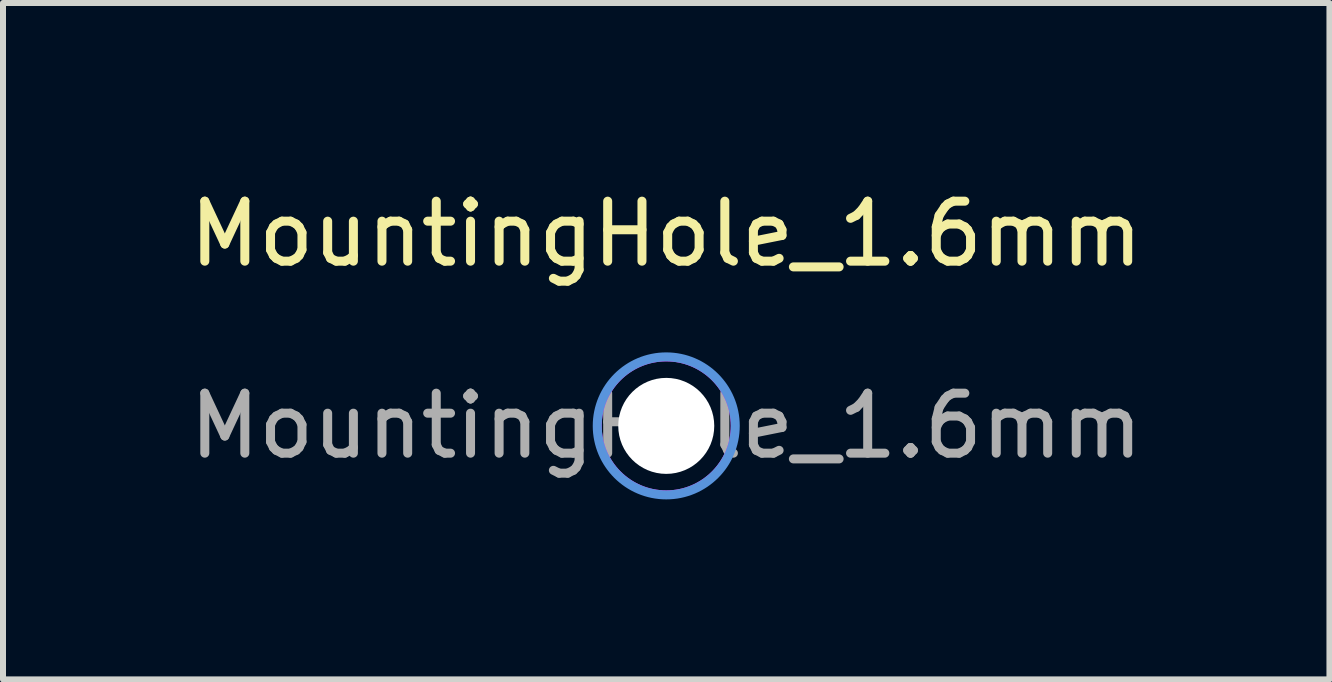
<source format=kicad_pcb>
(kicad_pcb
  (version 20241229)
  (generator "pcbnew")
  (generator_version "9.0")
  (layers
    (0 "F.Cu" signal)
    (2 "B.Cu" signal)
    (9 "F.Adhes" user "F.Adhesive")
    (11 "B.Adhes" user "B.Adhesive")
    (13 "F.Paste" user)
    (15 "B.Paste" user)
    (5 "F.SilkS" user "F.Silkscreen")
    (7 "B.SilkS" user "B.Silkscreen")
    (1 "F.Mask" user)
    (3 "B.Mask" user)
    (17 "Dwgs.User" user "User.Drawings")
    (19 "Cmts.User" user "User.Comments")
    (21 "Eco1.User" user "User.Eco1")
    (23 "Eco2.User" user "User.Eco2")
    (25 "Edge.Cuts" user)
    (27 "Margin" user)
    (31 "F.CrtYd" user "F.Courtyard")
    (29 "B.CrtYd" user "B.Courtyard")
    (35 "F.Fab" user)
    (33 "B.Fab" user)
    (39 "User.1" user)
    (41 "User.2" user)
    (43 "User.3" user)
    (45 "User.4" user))
  (footprint "MountingHole_1.6mm"
    (layer "F.Cu")
    (at 8.054 4.048)
    (property "Reference" "MountingHole_1.6mm" (at 0 -3.2 0) (layer "F.SilkS") (effects (font (size 1 1) (thickness 0.15))))
    (attr exclude_from_pos_files exclude_from_bom)
    (fp_circle (center 0 0) (end 1.15 0) (stroke (width 0.15) (type solid)) (fill no) (layer "Cmts.User"))
    (fp_circle (center 0 0) (end 1.1 0) (stroke (width 0.05) (type solid)) (fill no) (layer "F.CrtYd"))
    (fp_text user "${REFERENCE}" (at 0 0 0) (layer "F.Fab") (effects (font (size 1 1) (thickness 0.15))))
    (pad "" np_thru_hole circle (at 0 0) (size 1.6 1.6) (drill 1.6) (layers "*.Cu" "*.Mask")))
  (gr_rect
    (start -3 -3)
    (end 19.107 8.273)
    (stroke (width 0.1) (type default))
    (fill no)
    (layer "Edge.Cuts")))
</source>
